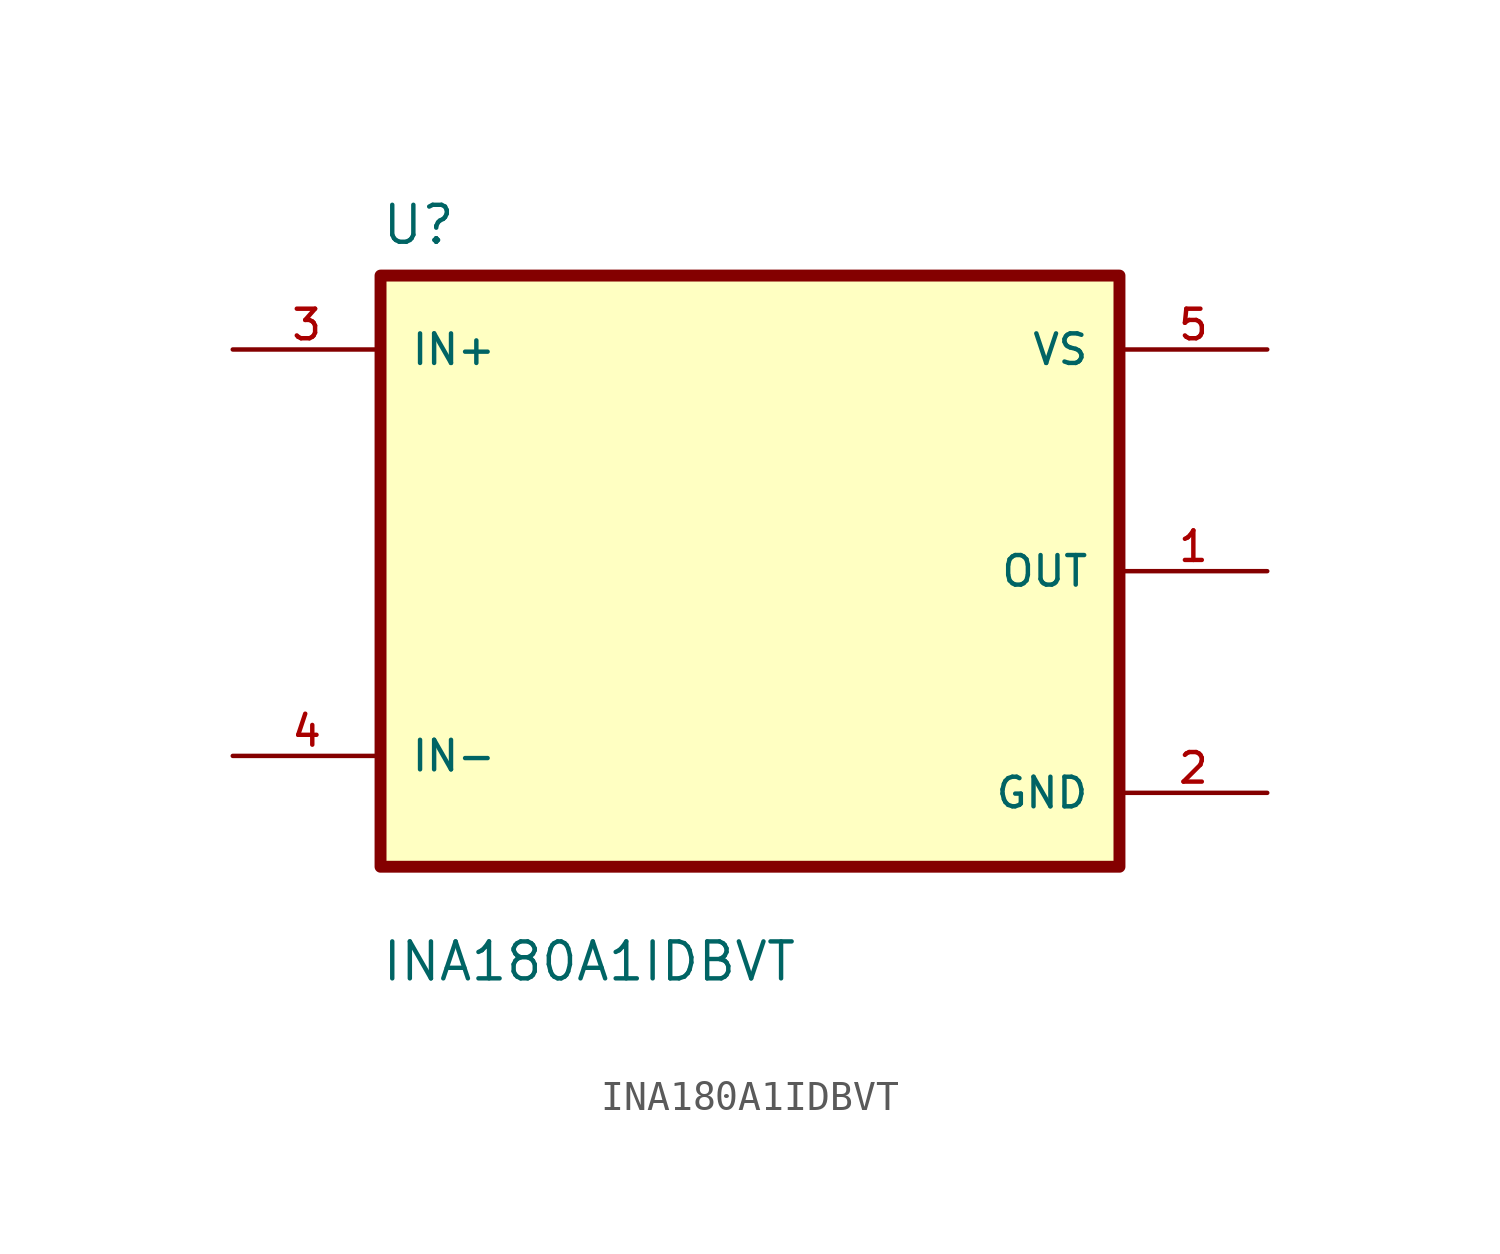
<source format=kicad_sym>
(kicad_symbol_lib
  (version 20231120)
  (generator "kicad_symbol_editor")
  (generator_version "8.0")
  (symbol "INA180A1IDBVT"
    (pin_names
      (offset 1.016))
    (property "Reference" "U"
      (at -12.7 11.16 0)
      (effects (font (size 1.27 1.27)) (justify left bottom)))
    (property "Value" "INA180A1IDBVT"
      (at -12.7 -14.16 0)
      (effects (font (size 1.27 1.27)) (justify left bottom)))
    (symbol "INA180A1IDBVT_0_0"
      (rectangle (start -12.7 10.16) (end 12.7 -10.16) (stroke (width 0.41) (type default)) (fill (type background)))
      (pin output line (at 17.78 0 180) (length 5.08) (name "OUT" (effects (font (size 1.016 1.016)))) (number "1" (effects (font (size 1.016 1.016)))))
      (pin power_in line (at 17.78 -7.62 180) (length 5.08) (name "GND" (effects (font (size 1.016 1.016)))) (number "2" (effects (font (size 1.016 1.016)))))
      (pin input line (at -17.78 7.62 0) (length 5.08) (name "IN+" (effects (font (size 1.016 1.016)))) (number "3" (effects (font (size 1.016 1.016)))))
      (pin input line (at -17.78 -6.35 0) (length 5.08) (name "IN-" (effects (font (size 1.016 1.016)))) (number "4" (effects (font (size 1.016 1.016)))))
      (pin power_in line (at 17.78 7.62 180) (length 5.08) (name "VS" (effects (font (size 1.016 1.016)))) (number "5" (effects (font (size 1.016 1.016))))))))
</source>
